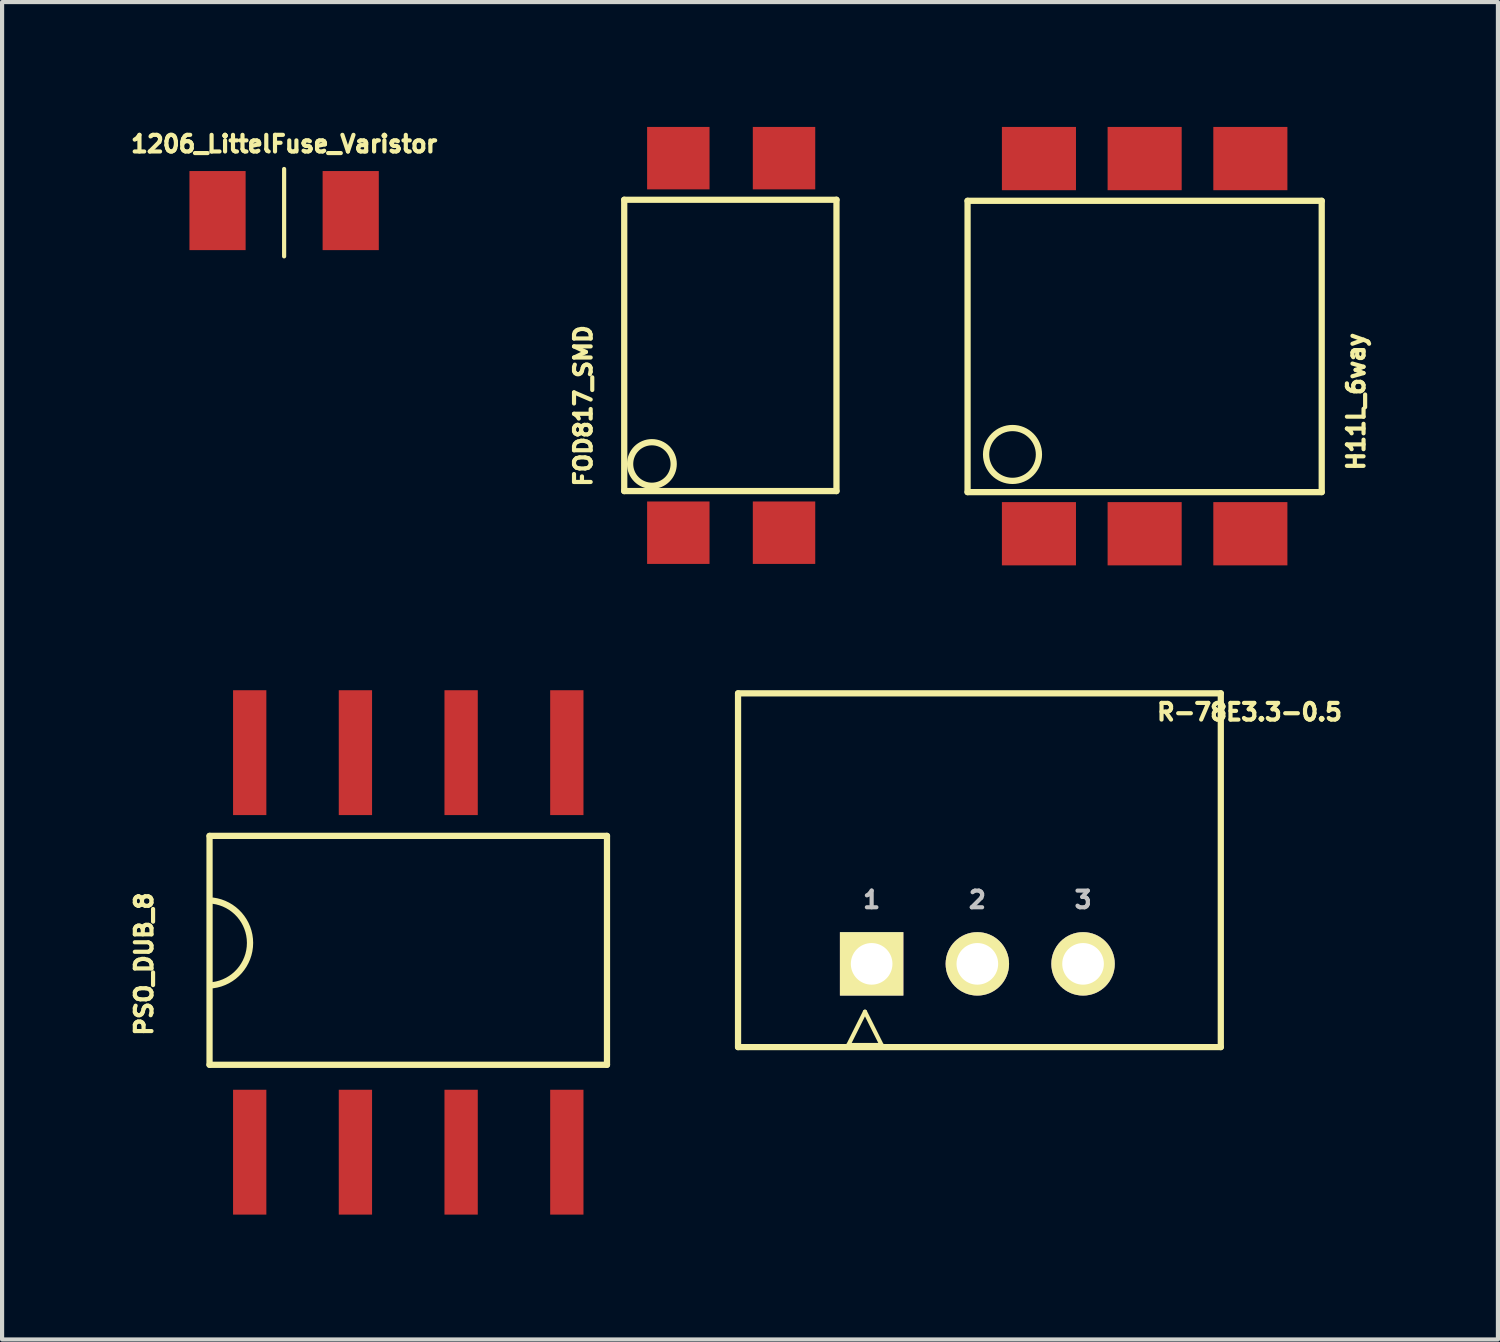
<source format=kicad_pcb>
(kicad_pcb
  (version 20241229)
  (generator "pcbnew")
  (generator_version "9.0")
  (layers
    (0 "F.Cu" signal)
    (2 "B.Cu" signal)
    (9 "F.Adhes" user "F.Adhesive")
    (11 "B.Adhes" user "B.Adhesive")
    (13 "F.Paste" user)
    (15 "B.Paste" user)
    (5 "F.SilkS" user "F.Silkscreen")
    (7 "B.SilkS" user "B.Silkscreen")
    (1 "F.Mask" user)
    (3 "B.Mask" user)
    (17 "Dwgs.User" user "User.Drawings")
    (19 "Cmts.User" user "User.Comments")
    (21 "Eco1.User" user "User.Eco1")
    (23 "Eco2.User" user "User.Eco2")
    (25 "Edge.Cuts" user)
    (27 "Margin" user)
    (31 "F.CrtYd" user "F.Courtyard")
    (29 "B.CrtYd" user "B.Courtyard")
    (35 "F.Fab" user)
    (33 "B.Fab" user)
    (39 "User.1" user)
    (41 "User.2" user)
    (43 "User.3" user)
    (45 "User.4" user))
  (footprint "H11L_6way"
    (layer "F.Cu")
    (at 21.914 9.775)
    (property "Reference" "H11L_6way" (at 7.62 -3.175 90) (layer "F.SilkS") (effects (font (size 0.4 0.4) (thickness 0.1))))
    (attr through_hole)
    (fp_line (start -1.715 -8) (end 6.795 -8) (stroke (width 0.15) (type solid)) (layer "F.SilkS"))
    (fp_line (start -1.715 -1) (end -1.715 -8) (stroke (width 0.15) (type solid)) (layer "F.SilkS"))
    (fp_line (start -1.715 -1) (end 6.795 -1) (stroke (width 0.15) (type solid)) (layer "F.SilkS"))
    (fp_line (start 6.795 -1) (end 6.795 -8) (stroke (width 0.15) (type solid)) (layer "F.SilkS"))
    (fp_circle (center -0.635 -1.905) (end -0.635 -2.54) (stroke (width 0.15) (type solid)) (fill no) (layer "F.SilkS"))
    (pad "1" smd rect (at 0 0) (size 1.78 1.52) (layers "F.Cu" "F.Mask" "F.Paste"))
    (pad "2" smd rect (at 2.54 0) (size 1.78 1.52) (layers "F.Cu" "F.Mask" "F.Paste"))
    (pad "3" smd rect (at 5.08 0) (size 1.78 1.52) (layers "F.Cu" "F.Mask" "F.Paste"))
    (pad "4" smd rect (at 5.08 -9.015) (size 1.78 1.52) (layers "F.Cu" "F.Mask" "F.Paste"))
    (pad "5" smd rect (at 2.54 -9.015) (size 1.78 1.52) (layers "F.Cu" "F.Mask" "F.Paste"))
    (pad "6" smd rect (at 0 -9.015) (size 1.78 1.52) (layers "F.Cu" "F.Mask" "F.Paste")))
  (footprint "R-78E3.3-0.5"
    (layer "F.Cu")
    (at 20.434 17.86)
    (property "Reference" "R-78E3.3-0.5" (at 6.54 -3.8 0) (layer "F.SilkS") (effects (font (size 0.4 0.4) (thickness 0.1))))
    (attr through_hole)
    (fp_line (start -5.75 -4.25) (end 5.85 -4.25) (stroke (width 0.15) (type solid)) (layer "F.SilkS"))
    (fp_line (start -5.75 4.25) (end -5.75 -4.25) (stroke (width 0.15) (type solid)) (layer "F.SilkS"))
    (fp_line (start -5.75 4.25) (end 5.85 4.25) (stroke (width 0.15) (type solid)) (layer "F.SilkS"))
    (fp_line (start -3.1 4.2) (end -2.7 3.4) (stroke (width 0.1) (type solid)) (layer "F.SilkS"))
    (fp_line (start -2.7 3.4) (end -2.3 4.2) (stroke (width 0.1) (type solid)) (layer "F.SilkS"))
    (fp_line (start -2.3 4.2) (end -3.1 4.2) (stroke (width 0.1) (type solid)) (layer "F.SilkS"))
    (fp_line (start 5.85 4.25) (end 5.85 -4.25) (stroke (width 0.15) (type solid)) (layer "F.SilkS"))
    (fp_text user "3" (at 2.54 0.71 0) (layer "Dwgs.User") (effects (font (size 0.4 0.4) (thickness 0.1))))
    (fp_text user "1" (at -2.54 0.71 0) (layer "Dwgs.User") (effects (font (size 0.4 0.4) (thickness 0.1))))
    (fp_text user "2" (at 0 0.71 0) (layer "Dwgs.User") (effects (font (size 0.4 0.4) (thickness 0.1))))
    (pad "1" thru_hole trapezoid (at -2.54 2.25) (size 1.524 1.524) (drill 1) (layers "*.Cu" "*.Mask" "F.SilkS"))
    (pad "2" thru_hole circle (at 0 2.25) (size 1.524 1.524) (drill 1) (layers "*.Cu" "*.Mask" "F.SilkS"))
    (pad "3" thru_hole circle (at 2.54 2.25) (size 1.524 1.524) (drill 1) (layers "*.Cu" "*.Mask" "F.SilkS")))
  (footprint "1206_LittelFuse_Varistor"
    (layer "F.Cu")
    (at 3.777 2.01)
    (property "Reference" "1206_LittelFuse_Varistor" (at 0 -1.6 180) (layer "F.SilkS") (effects (font (size 0.4 0.4) (thickness 0.1))))
    (attr through_hole)
    (fp_line (start 0 -1) (end 0 1.1) (stroke (width 0.1) (type solid)) (layer "F.SilkS"))
    (pad "1" smd rect (at -1.6 0) (size 1.35 1.9) (layers "F.Cu" "F.Mask" "F.Paste"))
    (pad "2" smd rect (at 1.6 0) (size 1.35 1.9) (layers "F.Cu" "F.Mask" "F.Paste")))
  (footprint "FOD817_SMD"
    (layer "F.Cu")
    (at 13.249 9.75)
    (property "Reference" "FOD817_SMD" (at -2.286 -3.048 90) (layer "F.SilkS") (effects (font (size 0.4 0.4) (thickness 0.1))))
    (attr through_hole)
    (fp_line (start -1.3 -8) (end 3.8 -8) (stroke (width 0.15) (type solid)) (layer "F.SilkS"))
    (fp_line (start -1.3 -1) (end -1.3 -8) (stroke (width 0.15) (type solid)) (layer "F.SilkS"))
    (fp_line (start -1.3 -1) (end 3.8 -1) (stroke (width 0.15) (type solid)) (layer "F.SilkS"))
    (fp_line (start 3.8 -1) (end 3.8 -8) (stroke (width 0.15) (type solid)) (layer "F.SilkS"))
    (fp_circle (center -0.635 -1.651) (end -0.508 -2.159) (stroke (width 0.15) (type solid)) (fill no) (layer "F.SilkS"))
    (pad "1" smd rect (at 0 0) (size 1.5 1.5) (layers "F.Cu" "F.Mask" "F.Paste"))
    (pad "2" smd rect (at 2.54 0) (size 1.5 1.5) (layers "F.Cu" "F.Mask" "F.Paste"))
    (pad "3" smd rect (at 2.54 -9) (size 1.5 1.5) (layers "F.Cu" "F.Mask" "F.Paste"))
    (pad "4" smd rect (at 0 -9) (size 1.5 1.5) (layers "F.Cu" "F.Mask" "F.Paste")))
  (footprint "PSO_DUB_8"
    (layer "F.Cu")
    (at 2.95 15.035)
    (property "Reference" "PSO_DUB_8" (at -2.54 5.08 270) (layer "F.SilkS") (effects (font (size 0.4 0.4) (thickness 0.1))))
    (attr through_hole)
    (fp_line (start -0.965 2) (end -0.965 7.5) (stroke (width 0.15) (type solid)) (layer "F.SilkS"))
    (fp_line (start -0.965 7.5) (end 8.585 7.5) (stroke (width 0.15) (type solid)) (layer "F.SilkS"))
    (fp_line (start 8.585 2) (end -0.965 2) (stroke (width 0.15) (type solid)) (layer "F.SilkS"))
    (fp_line (start 8.585 7.5) (end 8.585 2) (stroke (width 0.15) (type solid)) (layer "F.SilkS"))
    (fp_arc (start -0.889 3.556) (mid 0.007907 4.572) (end -0.889001 5.588) (stroke (width 0.15) (type solid)) (layer "F.SilkS"))
    (pad "1" smd rect (at 0 9.6) (size 0.8 3) (layers "F.Cu" "F.Mask" "F.Paste"))
    (pad "2" smd rect (at 2.54 9.6) (size 0.8 3) (layers "F.Cu" "F.Mask" "F.Paste"))
    (pad "3" smd rect (at 5.08 9.6) (size 0.8 3) (layers "F.Cu" "F.Mask" "F.Paste"))
    (pad "4" smd rect (at 7.62 9.6) (size 0.8 3) (layers "F.Cu" "F.Mask" "F.Paste"))
    (pad "5" smd rect (at 7.62 0) (size 0.8 3) (layers "F.Cu" "F.Mask" "F.Paste"))
    (pad "6" smd rect (at 5.08 0) (size 0.8 3) (layers "F.Cu" "F.Mask" "F.Paste"))
    (pad "7" smd rect (at 2.54 0) (size 0.8 3) (layers "F.Cu" "F.Mask" "F.Paste"))
    (pad "8" smd rect (at 0 0) (size 0.8 3) (layers "F.Cu" "F.Mask" "F.Paste")))
  (gr_rect
    (start -3 -3)
    (end 32.943 29.135)
    (stroke (width 0.1) (type default))
    (fill no)
    (layer "Edge.Cuts")))
</source>
